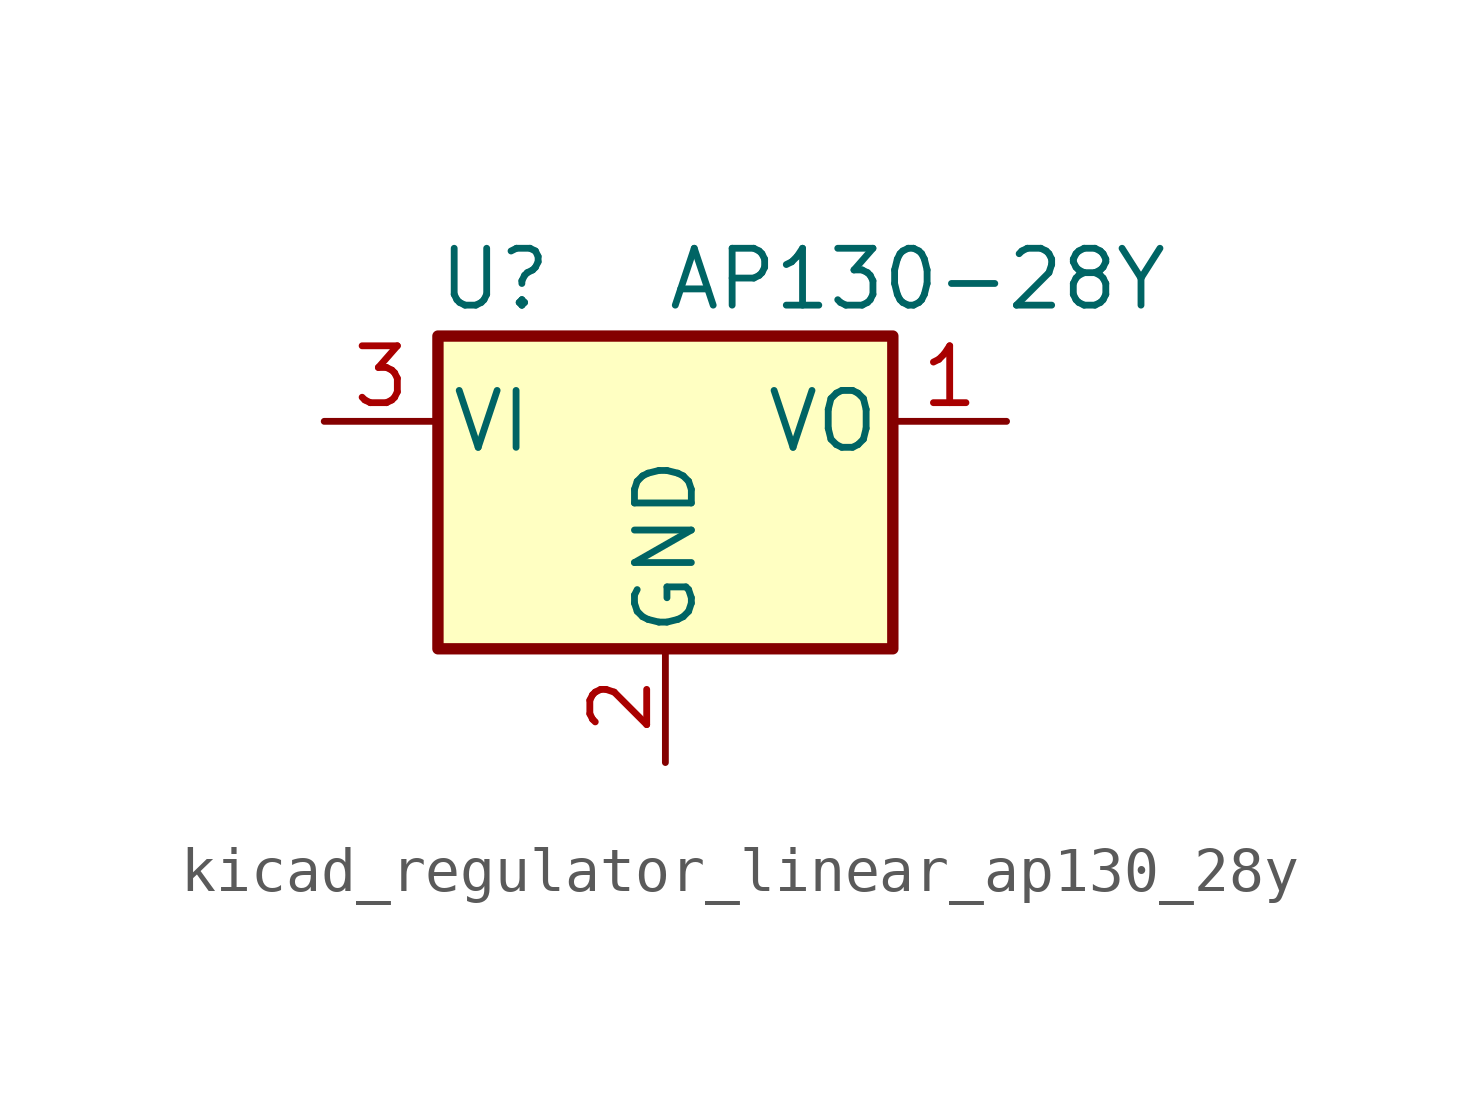
<source format=kicad_sym>
(kicad_symbol_lib
  (version 20220914)
  (generator kicad_symbol_editor)
  (symbol "kicad_regulator_linear_ap130_28y"
    (pin_names
      (offset 0.254))
    (property "Reference" "U"
      (at -3.81 3.175 0)
      (effects (font (size 1.27 1.27))))
    (property "Value" "AP130-28Y"
      (at 0 3.175 0)
      (effects (font (size 1.27 1.27)) (justify left)))
    (symbol "kicad_regulator_linear_ap130_28y_0_1"
      (rectangle (start -5.08 1.905) (end 5.08 -5.08) (stroke (width 0.254) (type default)) (fill (type background))))
    (symbol "kicad_regulator_linear_ap130_28y_1_1"
      (pin power_out line (at 7.62 0 180) (length 2.54) (name "VO" (effects (font (size 1.27 1.27)))) (number "1" (effects (font (size 1.27 1.27)))))
      (pin power_in line (at 0 -7.62 90) (length 2.54) (name "GND" (effects (font (size 1.27 1.27)))) (number "2" (effects (font (size 1.27 1.27)))))
      (pin power_in line (at -7.62 0 0) (length 2.54) (name "VI" (effects (font (size 1.27 1.27)))) (number "3" (effects (font (size 1.27 1.27))))))))
</source>
